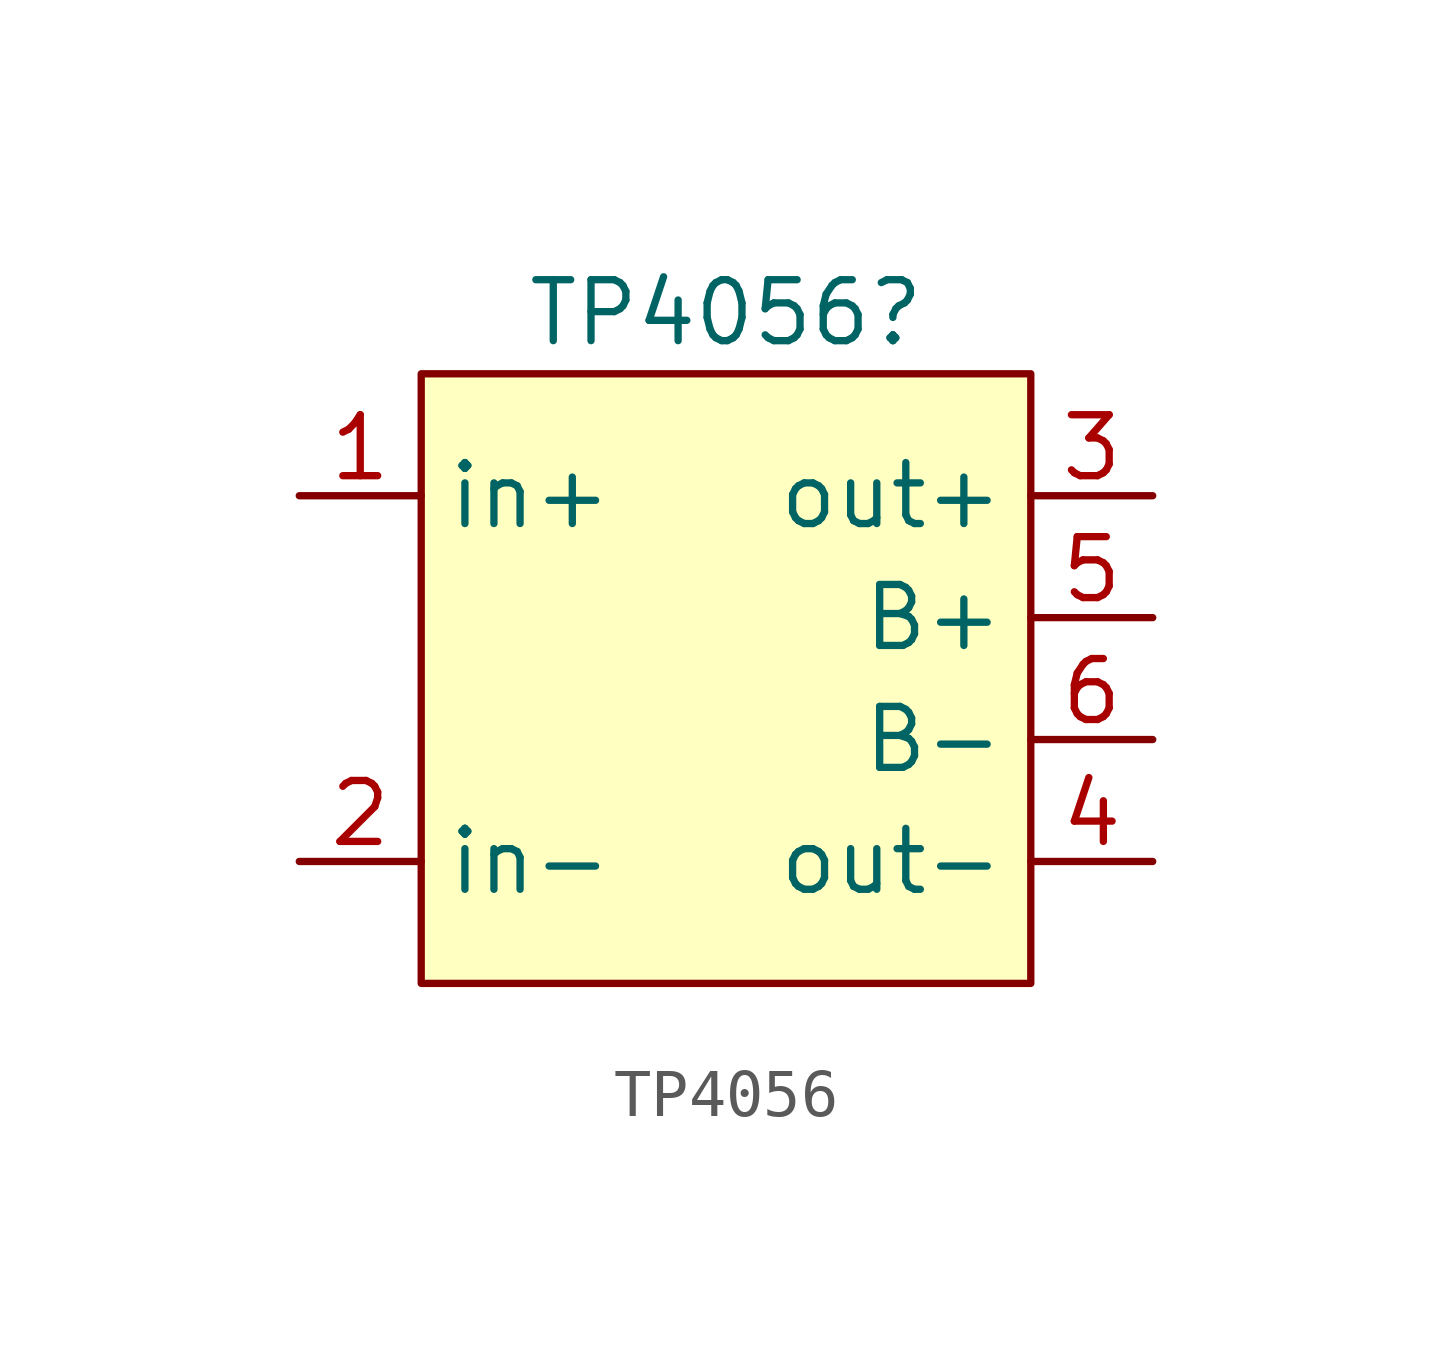
<source format=kicad_sym>
(kicad_symbol_lib
  (version 20220914)
  (generator kicad_symbol_editor)
  (symbol "TP4056"
    (property "Reference" "TP4056"
      (at 0 7.62 0)
      (effects (font (size 1.27 1.27))))
    (property "Value" ""
      (at 2.54 6.35 0)
      (effects (font (size 1.27 1.27))))
    (symbol "TP4056_1_1"
      (rectangle (start -6.35 6.35) (end 6.35 -6.35) (stroke (width 0) (type default)) (fill (type background)))
      (pin input line (at -8.89 3.81 0) (length 2.54) (name "in+" (effects (font (size 1.27 1.27)))) (number "1" (effects (font (size 1.27 1.27)))))
      (pin input line (at -8.89 -3.81 0) (length 2.54) (name "in-" (effects (font (size 1.27 1.27)))) (number "2" (effects (font (size 1.27 1.27)))))
      (pin output line (at 8.89 3.81 180) (length 2.54) (name "out+" (effects (font (size 1.27 1.27)))) (number "3" (effects (font (size 1.27 1.27)))))
      (pin output line (at 8.89 -3.81 180) (length 2.54) (name "out-" (effects (font (size 1.27 1.27)))) (number "4" (effects (font (size 1.27 1.27)))))
      (pin output line (at 8.89 1.27 180) (length 2.54) (name "B+" (effects (font (size 1.27 1.27)))) (number "5" (effects (font (size 1.27 1.27)))))
      (pin output line (at 8.89 -1.27 180) (length 2.54) (name "B-" (effects (font (size 1.27 1.27)))) (number "6" (effects (font (size 1.27 1.27))))))))
</source>
